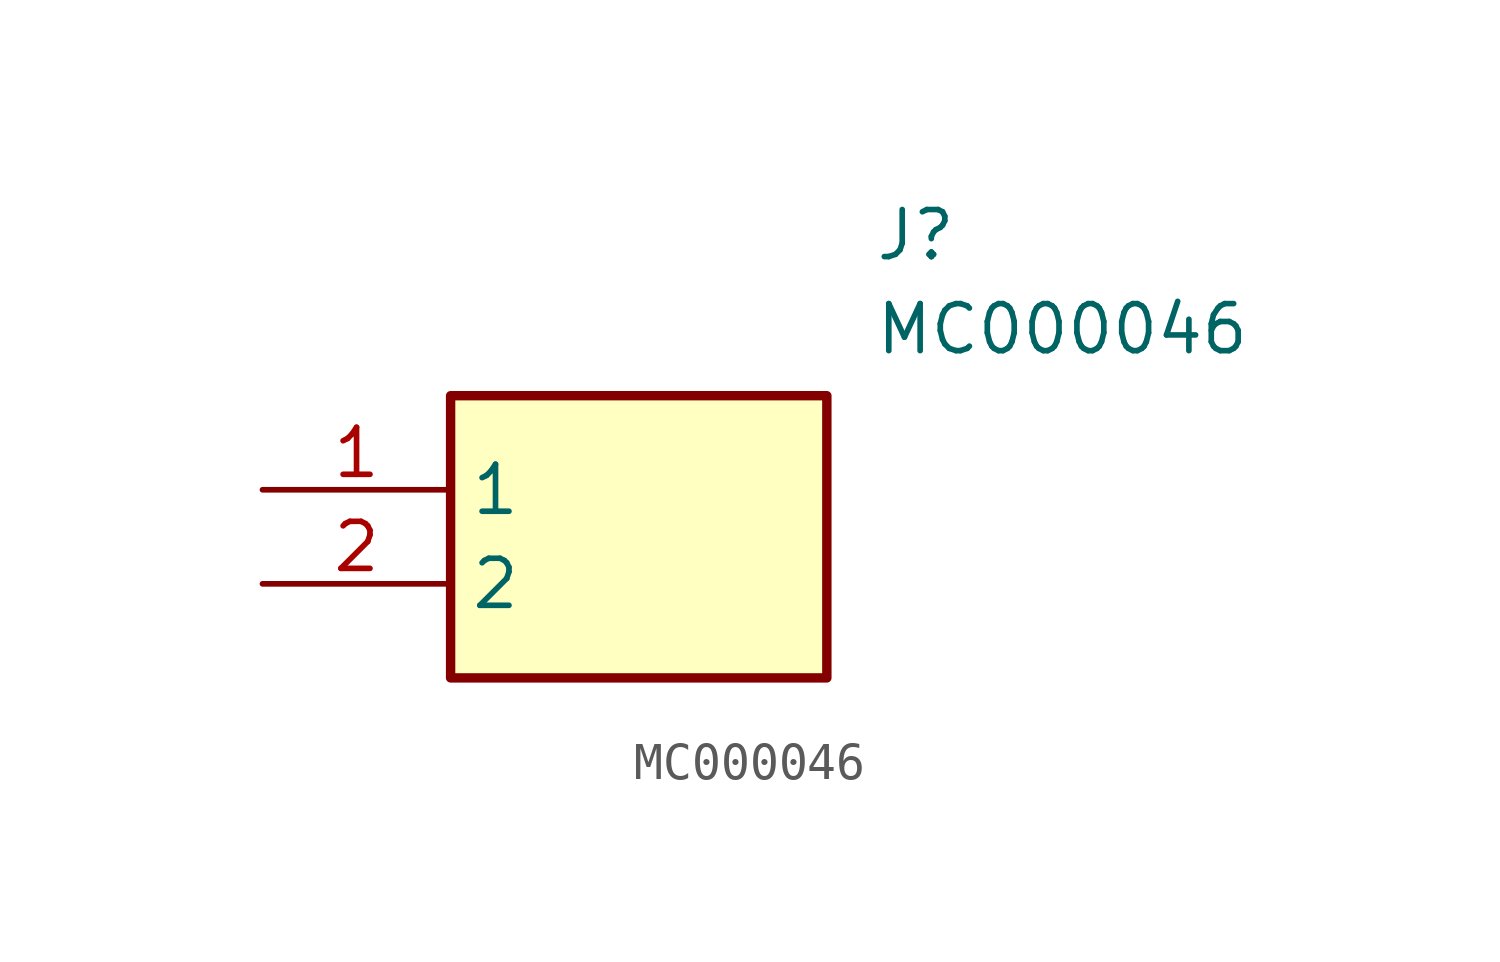
<source format=kicad_sym>
(kicad_symbol_lib
  (version 20211014)
  (generator SamacSys_ECAD_Model)
  (symbol "MC000046"
    (property "Reference" "J"
      (at 16.51 7.62 0)
      (effects (font (size 1.27 1.27)) (justify left top)))
    (property "Value" "MC000046"
      (at 16.51 5.08 0)
      (effects (font (size 1.27 1.27)) (justify left top)))
    (rectangle
      (start 5.08 2.54)
      (end 15.24 -5.08)
      (stroke (width 0.254) (type default))
      (fill (type background)))
    (pin passive line
      (at 0 0 0)
      (length 5.08)
      (name "1" (effects (font (size 1.27 1.27))))
      (number "1" (effects (font (size 1.27 1.27)))))
    (pin passive line
      (at 0 -2.54 0)
      (length 5.08)
      (name "2" (effects (font (size 1.27 1.27))))
      (number "2" (effects (font (size 1.27 1.27)))))))
</source>
